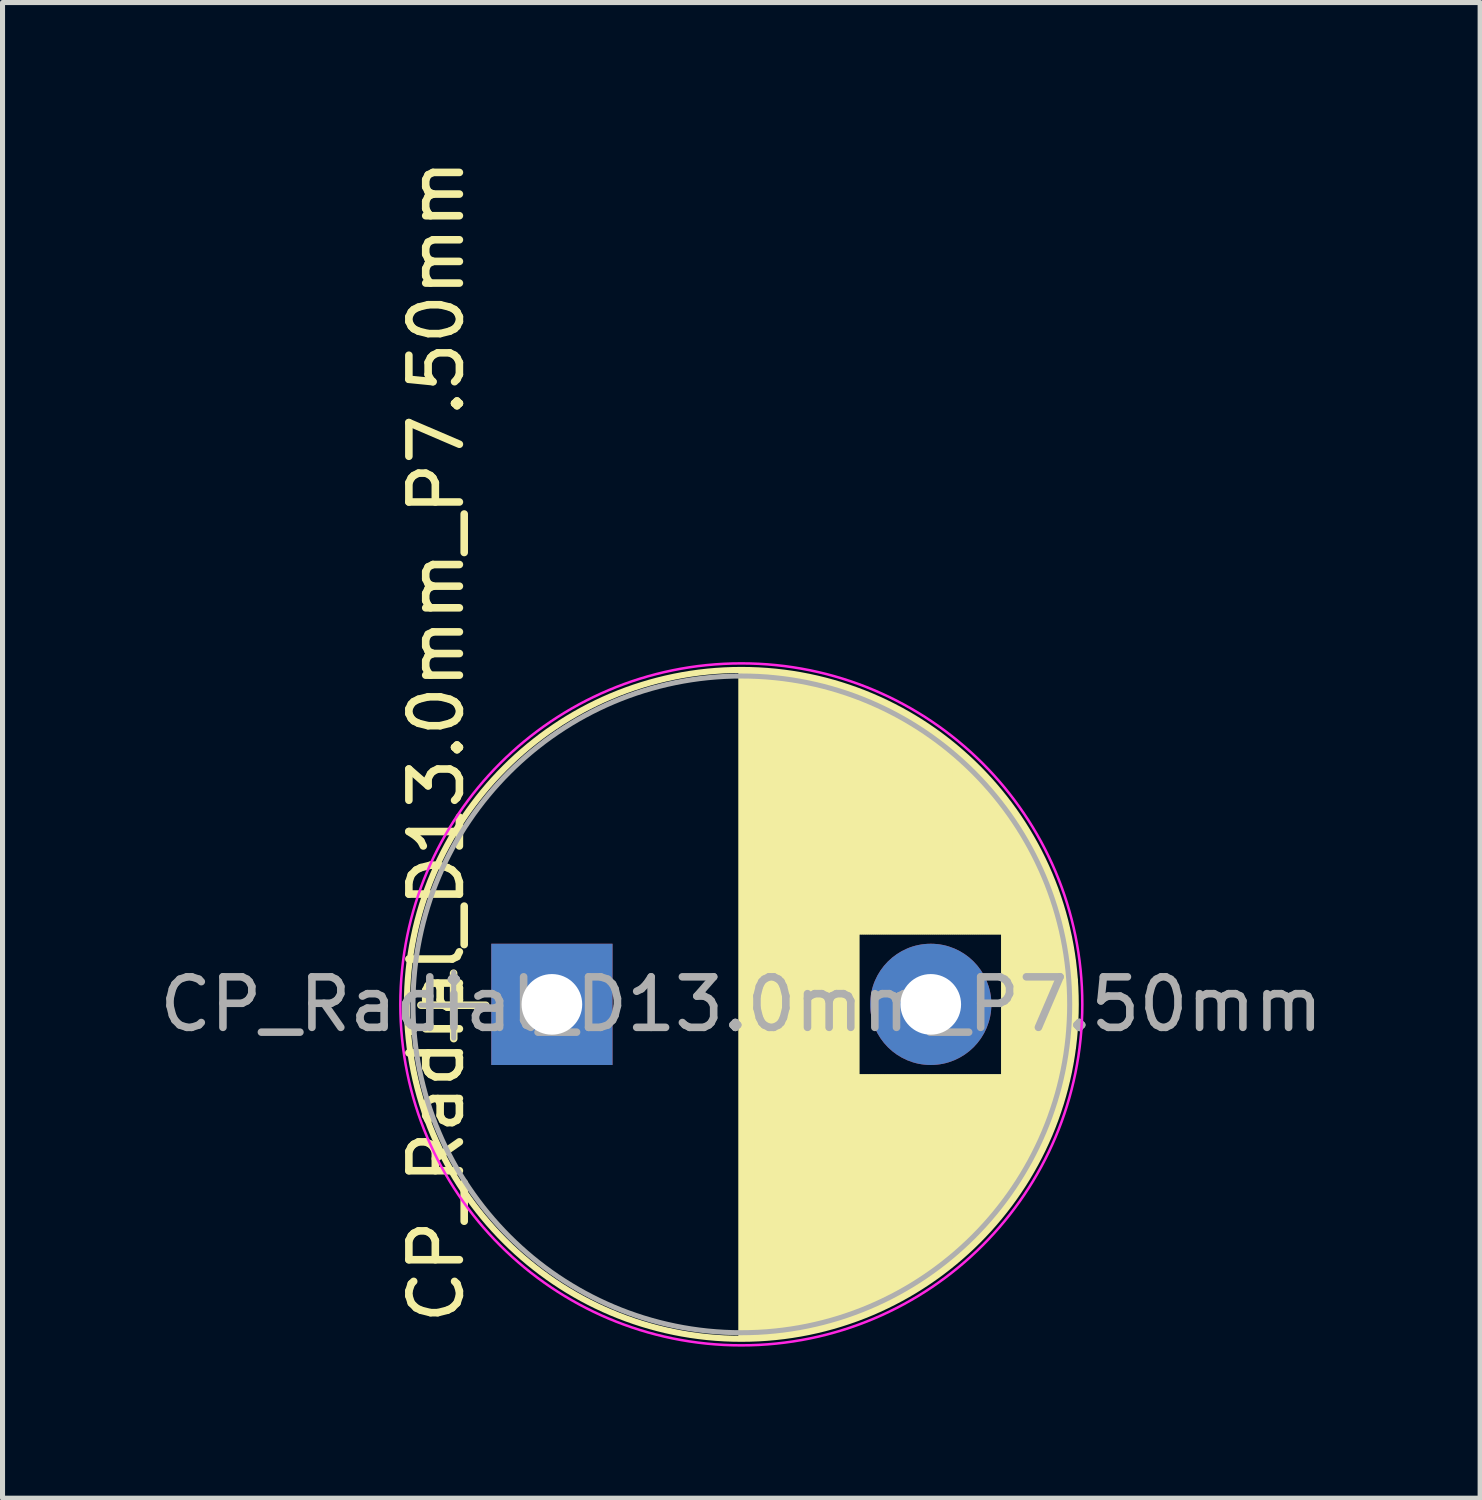
<source format=kicad_pcb>
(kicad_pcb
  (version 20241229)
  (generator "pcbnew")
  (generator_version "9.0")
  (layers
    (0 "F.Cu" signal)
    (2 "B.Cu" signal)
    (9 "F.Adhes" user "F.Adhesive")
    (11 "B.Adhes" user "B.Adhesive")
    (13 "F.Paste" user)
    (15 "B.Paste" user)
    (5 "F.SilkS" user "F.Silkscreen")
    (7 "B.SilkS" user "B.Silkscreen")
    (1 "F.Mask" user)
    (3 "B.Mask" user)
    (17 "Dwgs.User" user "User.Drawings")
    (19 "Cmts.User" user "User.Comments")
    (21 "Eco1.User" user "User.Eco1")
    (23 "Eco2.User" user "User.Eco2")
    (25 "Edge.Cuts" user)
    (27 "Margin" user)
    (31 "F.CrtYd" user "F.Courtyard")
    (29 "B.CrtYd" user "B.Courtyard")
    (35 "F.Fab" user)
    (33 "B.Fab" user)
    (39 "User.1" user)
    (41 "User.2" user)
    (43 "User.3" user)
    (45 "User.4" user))
  (footprint "CP_Radial_D13.0mm_P7.50mm"
    (layer "F.Cu")
    (at 7.875 16.832)
    (property "Reference" "CP_Radial_D13.0mm_P7.50mm" (at -2.286 -5.207 90) (layer "F.SilkS") (effects (font (size 1 1) (thickness 0.15))))
    (attr through_hole)
    (fp_line (start -2.593 0.015) (end -1.308 0.018) (stroke (width 0.15) (type solid)) (layer "F.SilkS"))
    (fp_line (start -1.943 0.678) (end -1.946 -0.617) (stroke (width 0.15) (type solid)) (layer "F.SilkS"))
    (fp_line (start 3.75 -6.58) (end 3.75 6.58) (stroke (width 0.12) (type solid)) (layer "F.SilkS"))
    (fp_line (start 3.79 -6.58) (end 3.79 6.58) (stroke (width 0.12) (type solid)) (layer "F.SilkS"))
    (fp_line (start 3.83 -6.58) (end 3.83 6.58) (stroke (width 0.12) (type solid)) (layer "F.SilkS"))
    (fp_line (start 3.87 -6.579) (end 3.87 6.579) (stroke (width 0.12) (type solid)) (layer "F.SilkS"))
    (fp_line (start 3.91 -6.579) (end 3.91 6.579) (stroke (width 0.12) (type solid)) (layer "F.SilkS"))
    (fp_line (start 3.95 -6.577) (end 3.95 6.577) (stroke (width 0.12) (type solid)) (layer "F.SilkS"))
    (fp_line (start 3.99 -6.576) (end 3.99 6.576) (stroke (width 0.12) (type solid)) (layer "F.SilkS"))
    (fp_line (start 4.03 -6.575) (end 4.03 6.575) (stroke (width 0.12) (type solid)) (layer "F.SilkS"))
    (fp_line (start 4.07 -6.573) (end 4.07 6.573) (stroke (width 0.12) (type solid)) (layer "F.SilkS"))
    (fp_line (start 4.11 -6.571) (end 4.11 6.571) (stroke (width 0.12) (type solid)) (layer "F.SilkS"))
    (fp_line (start 4.15 -6.568) (end 4.15 6.568) (stroke (width 0.12) (type solid)) (layer "F.SilkS"))
    (fp_line (start 4.19 -6.566) (end 4.19 6.566) (stroke (width 0.12) (type solid)) (layer "F.SilkS"))
    (fp_line (start 4.23 -6.563) (end 4.23 6.563) (stroke (width 0.12) (type solid)) (layer "F.SilkS"))
    (fp_line (start 4.27 -6.56) (end 4.27 6.56) (stroke (width 0.12) (type solid)) (layer "F.SilkS"))
    (fp_line (start 4.31 -6.557) (end 4.31 6.557) (stroke (width 0.12) (type solid)) (layer "F.SilkS"))
    (fp_line (start 4.35 -6.553) (end 4.35 6.553) (stroke (width 0.12) (type solid)) (layer "F.SilkS"))
    (fp_line (start 4.39 -6.549) (end 4.39 6.549) (stroke (width 0.12) (type solid)) (layer "F.SilkS"))
    (fp_line (start 4.43 -6.545) (end 4.43 6.545) (stroke (width 0.12) (type solid)) (layer "F.SilkS"))
    (fp_line (start 4.471 -6.541) (end 4.471 6.541) (stroke (width 0.12) (type solid)) (layer "F.SilkS"))
    (fp_line (start 4.511 -6.537) (end 4.511 6.537) (stroke (width 0.12) (type solid)) (layer "F.SilkS"))
    (fp_line (start 4.551 -6.532) (end 4.551 6.532) (stroke (width 0.12) (type solid)) (layer "F.SilkS"))
    (fp_line (start 4.591 -6.527) (end 4.591 6.527) (stroke (width 0.12) (type solid)) (layer "F.SilkS"))
    (fp_line (start 4.631 -6.522) (end 4.631 6.522) (stroke (width 0.12) (type solid)) (layer "F.SilkS"))
    (fp_line (start 4.671 -6.516) (end 4.671 6.516) (stroke (width 0.12) (type solid)) (layer "F.SilkS"))
    (fp_line (start 4.711 -6.511) (end 4.711 6.511) (stroke (width 0.12) (type solid)) (layer "F.SilkS"))
    (fp_line (start 4.751 -6.505) (end 4.751 6.505) (stroke (width 0.12) (type solid)) (layer "F.SilkS"))
    (fp_line (start 4.791 -6.498) (end 4.791 6.498) (stroke (width 0.12) (type solid)) (layer "F.SilkS"))
    (fp_line (start 4.831 -6.492) (end 4.831 6.492) (stroke (width 0.12) (type solid)) (layer "F.SilkS"))
    (fp_line (start 4.871 -6.485) (end 4.871 6.485) (stroke (width 0.12) (type solid)) (layer "F.SilkS"))
    (fp_line (start 4.911 -6.478) (end 4.911 6.478) (stroke (width 0.12) (type solid)) (layer "F.SilkS"))
    (fp_line (start 4.951 -6.471) (end 4.951 6.471) (stroke (width 0.12) (type solid)) (layer "F.SilkS"))
    (fp_line (start 4.991 -6.463) (end 4.991 6.463) (stroke (width 0.12) (type solid)) (layer "F.SilkS"))
    (fp_line (start 5.031 -6.456) (end 5.031 6.456) (stroke (width 0.12) (type solid)) (layer "F.SilkS"))
    (fp_line (start 5.071 -6.448) (end 5.071 6.448) (stroke (width 0.12) (type solid)) (layer "F.SilkS"))
    (fp_line (start 5.111 -6.439) (end 5.111 6.439) (stroke (width 0.12) (type solid)) (layer "F.SilkS"))
    (fp_line (start 5.151 -6.431) (end 5.151 6.431) (stroke (width 0.12) (type solid)) (layer "F.SilkS"))
    (fp_line (start 5.191 -6.422) (end 5.191 6.422) (stroke (width 0.12) (type solid)) (layer "F.SilkS"))
    (fp_line (start 5.231 -6.413) (end 5.231 6.413) (stroke (width 0.12) (type solid)) (layer "F.SilkS"))
    (fp_line (start 5.271 -6.404) (end 5.271 6.404) (stroke (width 0.12) (type solid)) (layer "F.SilkS"))
    (fp_line (start 5.311 -6.394) (end 5.311 6.394) (stroke (width 0.12) (type solid)) (layer "F.SilkS"))
    (fp_line (start 5.351 -6.384) (end 5.351 6.384) (stroke (width 0.12) (type solid)) (layer "F.SilkS"))
    (fp_line (start 5.391 -6.374) (end 5.391 6.374) (stroke (width 0.12) (type solid)) (layer "F.SilkS"))
    (fp_line (start 5.431 -6.364) (end 5.431 6.364) (stroke (width 0.12) (type solid)) (layer "F.SilkS"))
    (fp_line (start 5.471 -6.353) (end 5.471 6.353) (stroke (width 0.12) (type solid)) (layer "F.SilkS"))
    (fp_line (start 5.511 -6.342) (end 5.511 6.342) (stroke (width 0.12) (type solid)) (layer "F.SilkS"))
    (fp_line (start 5.551 -6.331) (end 5.551 6.331) (stroke (width 0.12) (type solid)) (layer "F.SilkS"))
    (fp_line (start 5.591 -6.32) (end 5.591 6.32) (stroke (width 0.12) (type solid)) (layer "F.SilkS"))
    (fp_line (start 5.631 -6.308) (end 5.631 6.308) (stroke (width 0.12) (type solid)) (layer "F.SilkS"))
    (fp_line (start 5.671 -6.296) (end 5.671 6.296) (stroke (width 0.12) (type solid)) (layer "F.SilkS"))
    (fp_line (start 5.711 -6.284) (end 5.711 6.284) (stroke (width 0.12) (type solid)) (layer "F.SilkS"))
    (fp_line (start 5.751 -6.271) (end 5.751 6.271) (stroke (width 0.12) (type solid)) (layer "F.SilkS"))
    (fp_line (start 5.791 -6.258) (end 5.791 6.258) (stroke (width 0.12) (type solid)) (layer "F.SilkS"))
    (fp_line (start 5.831 -6.245) (end 5.831 6.245) (stroke (width 0.12) (type solid)) (layer "F.SilkS"))
    (fp_line (start 5.871 -6.232) (end 5.871 6.232) (stroke (width 0.12) (type solid)) (layer "F.SilkS"))
    (fp_line (start 5.911 -6.218) (end 5.911 6.218) (stroke (width 0.12) (type solid)) (layer "F.SilkS"))
    (fp_line (start 5.951 -6.204) (end 5.951 6.204) (stroke (width 0.12) (type solid)) (layer "F.SilkS"))
    (fp_line (start 5.991 -6.19) (end 5.991 6.19) (stroke (width 0.12) (type solid)) (layer "F.SilkS"))
    (fp_line (start 6.031 -6.175) (end 6.031 6.175) (stroke (width 0.12) (type solid)) (layer "F.SilkS"))
    (fp_line (start 6.071 -6.161) (end 6.071 -1.44) (stroke (width 0.12) (type solid)) (layer "F.SilkS"))
    (fp_line (start 6.071 1.44) (end 6.071 6.161) (stroke (width 0.12) (type solid)) (layer "F.SilkS"))
    (fp_line (start 6.111 -6.146) (end 6.111 -1.44) (stroke (width 0.12) (type solid)) (layer "F.SilkS"))
    (fp_line (start 6.111 1.44) (end 6.111 6.146) (stroke (width 0.12) (type solid)) (layer "F.SilkS"))
    (fp_line (start 6.151 -6.13) (end 6.151 -1.44) (stroke (width 0.12) (type solid)) (layer "F.SilkS"))
    (fp_line (start 6.151 1.44) (end 6.151 6.13) (stroke (width 0.12) (type solid)) (layer "F.SilkS"))
    (fp_line (start 6.191 -6.114) (end 6.191 -1.44) (stroke (width 0.12) (type solid)) (layer "F.SilkS"))
    (fp_line (start 6.191 1.44) (end 6.191 6.114) (stroke (width 0.12) (type solid)) (layer "F.SilkS"))
    (fp_line (start 6.231 -6.098) (end 6.231 -1.44) (stroke (width 0.12) (type solid)) (layer "F.SilkS"))
    (fp_line (start 6.231 1.44) (end 6.231 6.098) (stroke (width 0.12) (type solid)) (layer "F.SilkS"))
    (fp_line (start 6.271 -6.082) (end 6.271 -1.44) (stroke (width 0.12) (type solid)) (layer "F.SilkS"))
    (fp_line (start 6.271 1.44) (end 6.271 6.082) (stroke (width 0.12) (type solid)) (layer "F.SilkS"))
    (fp_line (start 6.311 -6.065) (end 6.311 -1.44) (stroke (width 0.12) (type solid)) (layer "F.SilkS"))
    (fp_line (start 6.311 1.44) (end 6.311 6.065) (stroke (width 0.12) (type solid)) (layer "F.SilkS"))
    (fp_line (start 6.351 -6.049) (end 6.351 -1.44) (stroke (width 0.12) (type solid)) (layer "F.SilkS"))
    (fp_line (start 6.351 1.44) (end 6.351 6.049) (stroke (width 0.12) (type solid)) (layer "F.SilkS"))
    (fp_line (start 6.391 -6.031) (end 6.391 -1.44) (stroke (width 0.12) (type solid)) (layer "F.SilkS"))
    (fp_line (start 6.391 1.44) (end 6.391 6.031) (stroke (width 0.12) (type solid)) (layer "F.SilkS"))
    (fp_line (start 6.431 -6.014) (end 6.431 -1.44) (stroke (width 0.12) (type solid)) (layer "F.SilkS"))
    (fp_line (start 6.431 1.44) (end 6.431 6.014) (stroke (width 0.12) (type solid)) (layer "F.SilkS"))
    (fp_line (start 6.471 -5.996) (end 6.471 -1.44) (stroke (width 0.12) (type solid)) (layer "F.SilkS"))
    (fp_line (start 6.471 1.44) (end 6.471 5.996) (stroke (width 0.12) (type solid)) (layer "F.SilkS"))
    (fp_line (start 6.511 -5.978) (end 6.511 -1.44) (stroke (width 0.12) (type solid)) (layer "F.SilkS"))
    (fp_line (start 6.511 1.44) (end 6.511 5.978) (stroke (width 0.12) (type solid)) (layer "F.SilkS"))
    (fp_line (start 6.551 -5.959) (end 6.551 -1.44) (stroke (width 0.12) (type solid)) (layer "F.SilkS"))
    (fp_line (start 6.551 1.44) (end 6.551 5.959) (stroke (width 0.12) (type solid)) (layer "F.SilkS"))
    (fp_line (start 6.591 -5.94) (end 6.591 -1.44) (stroke (width 0.12) (type solid)) (layer "F.SilkS"))
    (fp_line (start 6.591 1.44) (end 6.591 5.94) (stroke (width 0.12) (type solid)) (layer "F.SilkS"))
    (fp_line (start 6.631 -5.921) (end 6.631 -1.44) (stroke (width 0.12) (type solid)) (layer "F.SilkS"))
    (fp_line (start 6.631 1.44) (end 6.631 5.921) (stroke (width 0.12) (type solid)) (layer "F.SilkS"))
    (fp_line (start 6.671 -5.902) (end 6.671 -1.44) (stroke (width 0.12) (type solid)) (layer "F.SilkS"))
    (fp_line (start 6.671 1.44) (end 6.671 5.902) (stroke (width 0.12) (type solid)) (layer "F.SilkS"))
    (fp_line (start 6.711 -5.882) (end 6.711 -1.44) (stroke (width 0.12) (type solid)) (layer "F.SilkS"))
    (fp_line (start 6.711 1.44) (end 6.711 5.882) (stroke (width 0.12) (type solid)) (layer "F.SilkS"))
    (fp_line (start 6.751 -5.862) (end 6.751 -1.44) (stroke (width 0.12) (type solid)) (layer "F.SilkS"))
    (fp_line (start 6.751 1.44) (end 6.751 5.862) (stroke (width 0.12) (type solid)) (layer "F.SilkS"))
    (fp_line (start 6.791 -5.841) (end 6.791 -1.44) (stroke (width 0.12) (type solid)) (layer "F.SilkS"))
    (fp_line (start 6.791 1.44) (end 6.791 5.841) (stroke (width 0.12) (type solid)) (layer "F.SilkS"))
    (fp_line (start 6.831 -5.82) (end 6.831 -1.44) (stroke (width 0.12) (type solid)) (layer "F.SilkS"))
    (fp_line (start 6.831 1.44) (end 6.831 5.82) (stroke (width 0.12) (type solid)) (layer "F.SilkS"))
    (fp_line (start 6.871 -5.799) (end 6.871 -1.44) (stroke (width 0.12) (type solid)) (layer "F.SilkS"))
    (fp_line (start 6.871 1.44) (end 6.871 5.799) (stroke (width 0.12) (type solid)) (layer "F.SilkS"))
    (fp_line (start 6.911 -5.778) (end 6.911 -1.44) (stroke (width 0.12) (type solid)) (layer "F.SilkS"))
    (fp_line (start 6.911 1.44) (end 6.911 5.778) (stroke (width 0.12) (type solid)) (layer "F.SilkS"))
    (fp_line (start 6.951 -5.756) (end 6.951 -1.44) (stroke (width 0.12) (type solid)) (layer "F.SilkS"))
    (fp_line (start 6.951 1.44) (end 6.951 5.756) (stroke (width 0.12) (type solid)) (layer "F.SilkS"))
    (fp_line (start 6.991 -5.733) (end 6.991 -1.44) (stroke (width 0.12) (type solid)) (layer "F.SilkS"))
    (fp_line (start 6.991 1.44) (end 6.991 5.733) (stroke (width 0.12) (type solid)) (layer "F.SilkS"))
    (fp_line (start 7.031 -5.711) (end 7.031 -1.44) (stroke (width 0.12) (type solid)) (layer "F.SilkS"))
    (fp_line (start 7.031 1.44) (end 7.031 5.711) (stroke (width 0.12) (type solid)) (layer "F.SilkS"))
    (fp_line (start 7.071 -5.688) (end 7.071 -1.44) (stroke (width 0.12) (type solid)) (layer "F.SilkS"))
    (fp_line (start 7.071 1.44) (end 7.071 5.688) (stroke (width 0.12) (type solid)) (layer "F.SilkS"))
    (fp_line (start 7.111 -5.664) (end 7.111 -1.44) (stroke (width 0.12) (type solid)) (layer "F.SilkS"))
    (fp_line (start 7.111 1.44) (end 7.111 5.664) (stroke (width 0.12) (type solid)) (layer "F.SilkS"))
    (fp_line (start 7.151 -5.641) (end 7.151 -1.44) (stroke (width 0.12) (type solid)) (layer "F.SilkS"))
    (fp_line (start 7.151 1.44) (end 7.151 5.641) (stroke (width 0.12) (type solid)) (layer "F.SilkS"))
    (fp_line (start 7.191 -5.617) (end 7.191 -1.44) (stroke (width 0.12) (type solid)) (layer "F.SilkS"))
    (fp_line (start 7.191 1.44) (end 7.191 5.617) (stroke (width 0.12) (type solid)) (layer "F.SilkS"))
    (fp_line (start 7.231 -5.592) (end 7.231 -1.44) (stroke (width 0.12) (type solid)) (layer "F.SilkS"))
    (fp_line (start 7.231 1.44) (end 7.231 5.592) (stroke (width 0.12) (type solid)) (layer "F.SilkS"))
    (fp_line (start 7.271 -5.567) (end 7.271 -1.44) (stroke (width 0.12) (type solid)) (layer "F.SilkS"))
    (fp_line (start 7.271 1.44) (end 7.271 5.567) (stroke (width 0.12) (type solid)) (layer "F.SilkS"))
    (fp_line (start 7.311 -5.542) (end 7.311 -1.44) (stroke (width 0.12) (type solid)) (layer "F.SilkS"))
    (fp_line (start 7.311 1.44) (end 7.311 5.542) (stroke (width 0.12) (type solid)) (layer "F.SilkS"))
    (fp_line (start 7.351 -5.516) (end 7.351 -1.44) (stroke (width 0.12) (type solid)) (layer "F.SilkS"))
    (fp_line (start 7.351 1.44) (end 7.351 5.516) (stroke (width 0.12) (type solid)) (layer "F.SilkS"))
    (fp_line (start 7.391 -5.49) (end 7.391 -1.44) (stroke (width 0.12) (type solid)) (layer "F.SilkS"))
    (fp_line (start 7.391 1.44) (end 7.391 5.49) (stroke (width 0.12) (type solid)) (layer "F.SilkS"))
    (fp_line (start 7.431 -5.463) (end 7.431 -1.44) (stroke (width 0.12) (type solid)) (layer "F.SilkS"))
    (fp_line (start 7.431 1.44) (end 7.431 5.463) (stroke (width 0.12) (type solid)) (layer "F.SilkS"))
    (fp_line (start 7.471 -5.436) (end 7.471 -1.44) (stroke (width 0.12) (type solid)) (layer "F.SilkS"))
    (fp_line (start 7.471 1.44) (end 7.471 5.436) (stroke (width 0.12) (type solid)) (layer "F.SilkS"))
    (fp_line (start 7.511 -5.409) (end 7.511 -1.44) (stroke (width 0.12) (type solid)) (layer "F.SilkS"))
    (fp_line (start 7.511 1.44) (end 7.511 5.409) (stroke (width 0.12) (type solid)) (layer "F.SilkS"))
    (fp_line (start 7.551 -5.381) (end 7.551 -1.44) (stroke (width 0.12) (type solid)) (layer "F.SilkS"))
    (fp_line (start 7.551 1.44) (end 7.551 5.381) (stroke (width 0.12) (type solid)) (layer "F.SilkS"))
    (fp_line (start 7.591 -5.353) (end 7.591 -1.44) (stroke (width 0.12) (type solid)) (layer "F.SilkS"))
    (fp_line (start 7.591 1.44) (end 7.591 5.353) (stroke (width 0.12) (type solid)) (layer "F.SilkS"))
    (fp_line (start 7.631 -5.324) (end 7.631 -1.44) (stroke (width 0.12) (type solid)) (layer "F.SilkS"))
    (fp_line (start 7.631 1.44) (end 7.631 5.324) (stroke (width 0.12) (type solid)) (layer "F.SilkS"))
    (fp_line (start 7.671 -5.295) (end 7.671 -1.44) (stroke (width 0.12) (type solid)) (layer "F.SilkS"))
    (fp_line (start 7.671 1.44) (end 7.671 5.295) (stroke (width 0.12) (type solid)) (layer "F.SilkS"))
    (fp_line (start 7.711 -5.265) (end 7.711 -1.44) (stroke (width 0.12) (type solid)) (layer "F.SilkS"))
    (fp_line (start 7.711 1.44) (end 7.711 5.265) (stroke (width 0.12) (type solid)) (layer "F.SilkS"))
    (fp_line (start 7.751 -5.235) (end 7.751 -1.44) (stroke (width 0.12) (type solid)) (layer "F.SilkS"))
    (fp_line (start 7.751 1.44) (end 7.751 5.235) (stroke (width 0.12) (type solid)) (layer "F.SilkS"))
    (fp_line (start 7.791 -5.205) (end 7.791 -1.44) (stroke (width 0.12) (type solid)) (layer "F.SilkS"))
    (fp_line (start 7.791 1.44) (end 7.791 5.205) (stroke (width 0.12) (type solid)) (layer "F.SilkS"))
    (fp_line (start 7.831 -5.174) (end 7.831 -1.44) (stroke (width 0.12) (type solid)) (layer "F.SilkS"))
    (fp_line (start 7.831 1.44) (end 7.831 5.174) (stroke (width 0.12) (type solid)) (layer "F.SilkS"))
    (fp_line (start 7.871 -5.142) (end 7.871 -1.44) (stroke (width 0.12) (type solid)) (layer "F.SilkS"))
    (fp_line (start 7.871 1.44) (end 7.871 5.142) (stroke (width 0.12) (type solid)) (layer "F.SilkS"))
    (fp_line (start 7.911 -5.11) (end 7.911 -1.44) (stroke (width 0.12) (type solid)) (layer "F.SilkS"))
    (fp_line (start 7.911 1.44) (end 7.911 5.11) (stroke (width 0.12) (type solid)) (layer "F.SilkS"))
    (fp_line (start 7.951 -5.078) (end 7.951 -1.44) (stroke (width 0.12) (type solid)) (layer "F.SilkS"))
    (fp_line (start 7.951 1.44) (end 7.951 5.078) (stroke (width 0.12) (type solid)) (layer "F.SilkS"))
    (fp_line (start 7.991 -5.044) (end 7.991 -1.44) (stroke (width 0.12) (type solid)) (layer "F.SilkS"))
    (fp_line (start 7.991 1.44) (end 7.991 5.044) (stroke (width 0.12) (type solid)) (layer "F.SilkS"))
    (fp_line (start 8.031 -5.011) (end 8.031 -1.44) (stroke (width 0.12) (type solid)) (layer "F.SilkS"))
    (fp_line (start 8.031 1.44) (end 8.031 5.011) (stroke (width 0.12) (type solid)) (layer "F.SilkS"))
    (fp_line (start 8.071 -4.977) (end 8.071 -1.44) (stroke (width 0.12) (type solid)) (layer "F.SilkS"))
    (fp_line (start 8.071 1.44) (end 8.071 4.977) (stroke (width 0.12) (type solid)) (layer "F.SilkS"))
    (fp_line (start 8.111 -4.942) (end 8.111 -1.44) (stroke (width 0.12) (type solid)) (layer "F.SilkS"))
    (fp_line (start 8.111 1.44) (end 8.111 4.942) (stroke (width 0.12) (type solid)) (layer "F.SilkS"))
    (fp_line (start 8.151 -4.907) (end 8.151 -1.44) (stroke (width 0.12) (type solid)) (layer "F.SilkS"))
    (fp_line (start 8.151 1.44) (end 8.151 4.907) (stroke (width 0.12) (type solid)) (layer "F.SilkS"))
    (fp_line (start 8.191 -4.871) (end 8.191 -1.44) (stroke (width 0.12) (type solid)) (layer "F.SilkS"))
    (fp_line (start 8.191 1.44) (end 8.191 4.871) (stroke (width 0.12) (type solid)) (layer "F.SilkS"))
    (fp_line (start 8.231 -4.834) (end 8.231 -1.44) (stroke (width 0.12) (type solid)) (layer "F.SilkS"))
    (fp_line (start 8.231 1.44) (end 8.231 4.834) (stroke (width 0.12) (type solid)) (layer "F.SilkS"))
    (fp_line (start 8.271 -4.797) (end 8.271 -1.44) (stroke (width 0.12) (type solid)) (layer "F.SilkS"))
    (fp_line (start 8.271 1.44) (end 8.271 4.797) (stroke (width 0.12) (type solid)) (layer "F.SilkS"))
    (fp_line (start 8.311 -4.76) (end 8.311 -1.44) (stroke (width 0.12) (type solid)) (layer "F.SilkS"))
    (fp_line (start 8.311 1.44) (end 8.311 4.76) (stroke (width 0.12) (type solid)) (layer "F.SilkS"))
    (fp_line (start 8.351 -4.721) (end 8.351 -1.44) (stroke (width 0.12) (type solid)) (layer "F.SilkS"))
    (fp_line (start 8.351 1.44) (end 8.351 4.721) (stroke (width 0.12) (type solid)) (layer "F.SilkS"))
    (fp_line (start 8.391 -4.682) (end 8.391 -1.44) (stroke (width 0.12) (type solid)) (layer "F.SilkS"))
    (fp_line (start 8.391 1.44) (end 8.391 4.682) (stroke (width 0.12) (type solid)) (layer "F.SilkS"))
    (fp_line (start 8.431 -4.643) (end 8.431 -1.44) (stroke (width 0.12) (type solid)) (layer "F.SilkS"))
    (fp_line (start 8.431 1.44) (end 8.431 4.643) (stroke (width 0.12) (type solid)) (layer "F.SilkS"))
    (fp_line (start 8.471 -4.602) (end 8.471 -1.44) (stroke (width 0.12) (type solid)) (layer "F.SilkS"))
    (fp_line (start 8.471 1.44) (end 8.471 4.602) (stroke (width 0.12) (type solid)) (layer "F.SilkS"))
    (fp_line (start 8.511 -4.561) (end 8.511 -1.44) (stroke (width 0.12) (type solid)) (layer "F.SilkS"))
    (fp_line (start 8.511 1.44) (end 8.511 4.561) (stroke (width 0.12) (type solid)) (layer "F.SilkS"))
    (fp_line (start 8.551 -4.519) (end 8.551 -1.44) (stroke (width 0.12) (type solid)) (layer "F.SilkS"))
    (fp_line (start 8.551 1.44) (end 8.551 4.519) (stroke (width 0.12) (type solid)) (layer "F.SilkS"))
    (fp_line (start 8.591 -4.477) (end 8.591 -1.44) (stroke (width 0.12) (type solid)) (layer "F.SilkS"))
    (fp_line (start 8.591 1.44) (end 8.591 4.477) (stroke (width 0.12) (type solid)) (layer "F.SilkS"))
    (fp_line (start 8.631 -4.434) (end 8.631 -1.44) (stroke (width 0.12) (type solid)) (layer "F.SilkS"))
    (fp_line (start 8.631 1.44) (end 8.631 4.434) (stroke (width 0.12) (type solid)) (layer "F.SilkS"))
    (fp_line (start 8.671 -4.39) (end 8.671 -1.44) (stroke (width 0.12) (type solid)) (layer "F.SilkS"))
    (fp_line (start 8.671 1.44) (end 8.671 4.39) (stroke (width 0.12) (type solid)) (layer "F.SilkS"))
    (fp_line (start 8.711 -4.345) (end 8.711 -1.44) (stroke (width 0.12) (type solid)) (layer "F.SilkS"))
    (fp_line (start 8.711 1.44) (end 8.711 4.345) (stroke (width 0.12) (type solid)) (layer "F.SilkS"))
    (fp_line (start 8.751 -4.299) (end 8.751 -1.44) (stroke (width 0.12) (type solid)) (layer "F.SilkS"))
    (fp_line (start 8.751 1.44) (end 8.751 4.299) (stroke (width 0.12) (type solid)) (layer "F.SilkS"))
    (fp_line (start 8.791 -4.253) (end 8.791 -1.44) (stroke (width 0.12) (type solid)) (layer "F.SilkS"))
    (fp_line (start 8.791 1.44) (end 8.791 4.253) (stroke (width 0.12) (type solid)) (layer "F.SilkS"))
    (fp_line (start 8.831 -4.205) (end 8.831 -1.44) (stroke (width 0.12) (type solid)) (layer "F.SilkS"))
    (fp_line (start 8.831 1.44) (end 8.831 4.205) (stroke (width 0.12) (type solid)) (layer "F.SilkS"))
    (fp_line (start 8.871 -4.157) (end 8.871 -1.44) (stroke (width 0.12) (type solid)) (layer "F.SilkS"))
    (fp_line (start 8.871 1.44) (end 8.871 4.157) (stroke (width 0.12) (type solid)) (layer "F.SilkS"))
    (fp_line (start 8.911 -4.108) (end 8.911 -1.44) (stroke (width 0.12) (type solid)) (layer "F.SilkS"))
    (fp_line (start 8.911 1.44) (end 8.911 4.108) (stroke (width 0.12) (type solid)) (layer "F.SilkS"))
    (fp_line (start 8.951 -4.057) (end 8.951 4.057) (stroke (width 0.12) (type solid)) (layer "F.SilkS"))
    (fp_line (start 8.991 -4.006) (end 8.991 4.006) (stroke (width 0.12) (type solid)) (layer "F.SilkS"))
    (fp_line (start 9.031 -3.954) (end 9.031 3.954) (stroke (width 0.12) (type solid)) (layer "F.SilkS"))
    (fp_line (start 9.071 -3.9) (end 9.071 3.9) (stroke (width 0.12) (type solid)) (layer "F.SilkS"))
    (fp_line (start 9.111 -3.846) (end 9.111 3.846) (stroke (width 0.12) (type solid)) (layer "F.SilkS"))
    (fp_line (start 9.151 -3.79) (end 9.151 3.79) (stroke (width 0.12) (type solid)) (layer "F.SilkS"))
    (fp_line (start 9.191 -3.733) (end 9.191 3.733) (stroke (width 0.12) (type solid)) (layer "F.SilkS"))
    (fp_line (start 9.231 -3.675) (end 9.231 3.675) (stroke (width 0.12) (type solid)) (layer "F.SilkS"))
    (fp_line (start 9.271 -3.615) (end 9.271 3.615) (stroke (width 0.12) (type solid)) (layer "F.SilkS"))
    (fp_line (start 9.311 -3.554) (end 9.311 3.554) (stroke (width 0.12) (type solid)) (layer "F.SilkS"))
    (fp_line (start 9.351 -3.491) (end 9.351 3.491) (stroke (width 0.12) (type solid)) (layer "F.SilkS"))
    (fp_line (start 9.391 -3.427) (end 9.391 3.427) (stroke (width 0.12) (type solid)) (layer "F.SilkS"))
    (fp_line (start 9.431 -3.361) (end 9.431 3.361) (stroke (width 0.12) (type solid)) (layer "F.SilkS"))
    (fp_line (start 9.471 -3.293) (end 9.471 3.293) (stroke (width 0.12) (type solid)) (layer "F.SilkS"))
    (fp_line (start 9.511 -3.223) (end 9.511 3.223) (stroke (width 0.12) (type solid)) (layer "F.SilkS"))
    (fp_line (start 9.551 -3.152) (end 9.551 3.152) (stroke (width 0.12) (type solid)) (layer "F.SilkS"))
    (fp_line (start 9.591 -3.078) (end 9.591 3.078) (stroke (width 0.12) (type solid)) (layer "F.SilkS"))
    (fp_line (start 9.631 -3.002) (end 9.631 3.002) (stroke (width 0.12) (type solid)) (layer "F.SilkS"))
    (fp_line (start 9.671 -2.923) (end 9.671 2.923) (stroke (width 0.12) (type solid)) (layer "F.SilkS"))
    (fp_line (start 9.711 -2.842) (end 9.711 2.842) (stroke (width 0.12) (type solid)) (layer "F.SilkS"))
    (fp_line (start 9.751 -2.758) (end 9.751 2.758) (stroke (width 0.12) (type solid)) (layer "F.SilkS"))
    (fp_line (start 9.791 -2.67) (end 9.791 2.67) (stroke (width 0.12) (type solid)) (layer "F.SilkS"))
    (fp_line (start 9.831 -2.579) (end 9.831 2.579) (stroke (width 0.12) (type solid)) (layer "F.SilkS"))
    (fp_line (start 9.871 -2.484) (end 9.871 2.484) (stroke (width 0.12) (type solid)) (layer "F.SilkS"))
    (fp_line (start 9.911 -2.385) (end 9.911 2.385) (stroke (width 0.12) (type solid)) (layer "F.SilkS"))
    (fp_line (start 9.951 -2.281) (end 9.951 2.281) (stroke (width 0.12) (type solid)) (layer "F.SilkS"))
    (fp_line (start 9.991 -2.171) (end 9.991 2.171) (stroke (width 0.12) (type solid)) (layer "F.SilkS"))
    (fp_line (start 10.031 -2.055) (end 10.031 2.055) (stroke (width 0.12) (type solid)) (layer "F.SilkS"))
    (fp_line (start 10.071 -1.931) (end 10.071 1.931) (stroke (width 0.12) (type solid)) (layer "F.SilkS"))
    (fp_line (start 10.111 -1.798) (end 10.111 1.798) (stroke (width 0.12) (type solid)) (layer "F.SilkS"))
    (fp_line (start 10.151 -1.653) (end 10.151 1.653) (stroke (width 0.12) (type solid)) (layer "F.SilkS"))
    (fp_line (start 10.191 -1.494) (end 10.191 1.494) (stroke (width 0.12) (type solid)) (layer "F.SilkS"))
    (fp_line (start 10.231 -1.315) (end 10.231 1.315) (stroke (width 0.12) (type solid)) (layer "F.SilkS"))
    (fp_line (start 10.271 -1.107) (end 10.271 1.107) (stroke (width 0.12) (type solid)) (layer "F.SilkS"))
    (fp_line (start 10.311 -0.85) (end 10.311 0.85) (stroke (width 0.12) (type solid)) (layer "F.SilkS"))
    (fp_line (start 10.351 -0.475) (end 10.351 0.475) (stroke (width 0.12) (type solid)) (layer "F.SilkS"))
    (fp_circle (center 3.75 0) (end 10.37 0) (stroke (width 0.12) (type solid)) (fill no) (layer "F.SilkS"))
    (fp_circle (center 3.75 0) (end 10.5 0) (stroke (width 0.05) (type solid)) (fill no) (layer "F.CrtYd"))
    (fp_line (start -2.594 0.018) (end -1.294 0.018) (stroke (width 0.1) (type solid)) (layer "F.Fab"))
    (fp_line (start -1.944 -0.632) (end -1.944 0.668) (stroke (width 0.1) (type solid)) (layer "F.Fab"))
    (fp_circle (center 3.75 0) (end 10.25 0) (stroke (width 0.1) (type solid)) (fill no) (layer "F.Fab"))
    (fp_text user "${REFERENCE}" (at 3.75 0 0) (layer "F.Fab") (effects (font (size 1 1) (thickness 0.15))))
    (pad "1" thru_hole rect (at 0 0) (size 2.4 2.4) (drill 1.2) (layers "*.Cu" "*.Mask"))
    (pad "2" thru_hole circle (at 7.5 0) (size 2.4 2.4) (drill 1.2) (layers "*.Cu" "*.Mask")))
  (gr_rect
    (start -3 -3)
    (end 26.25 26.607)
    (stroke (width 0.1) (type default))
    (fill no)
    (layer "Edge.Cuts")))
</source>
